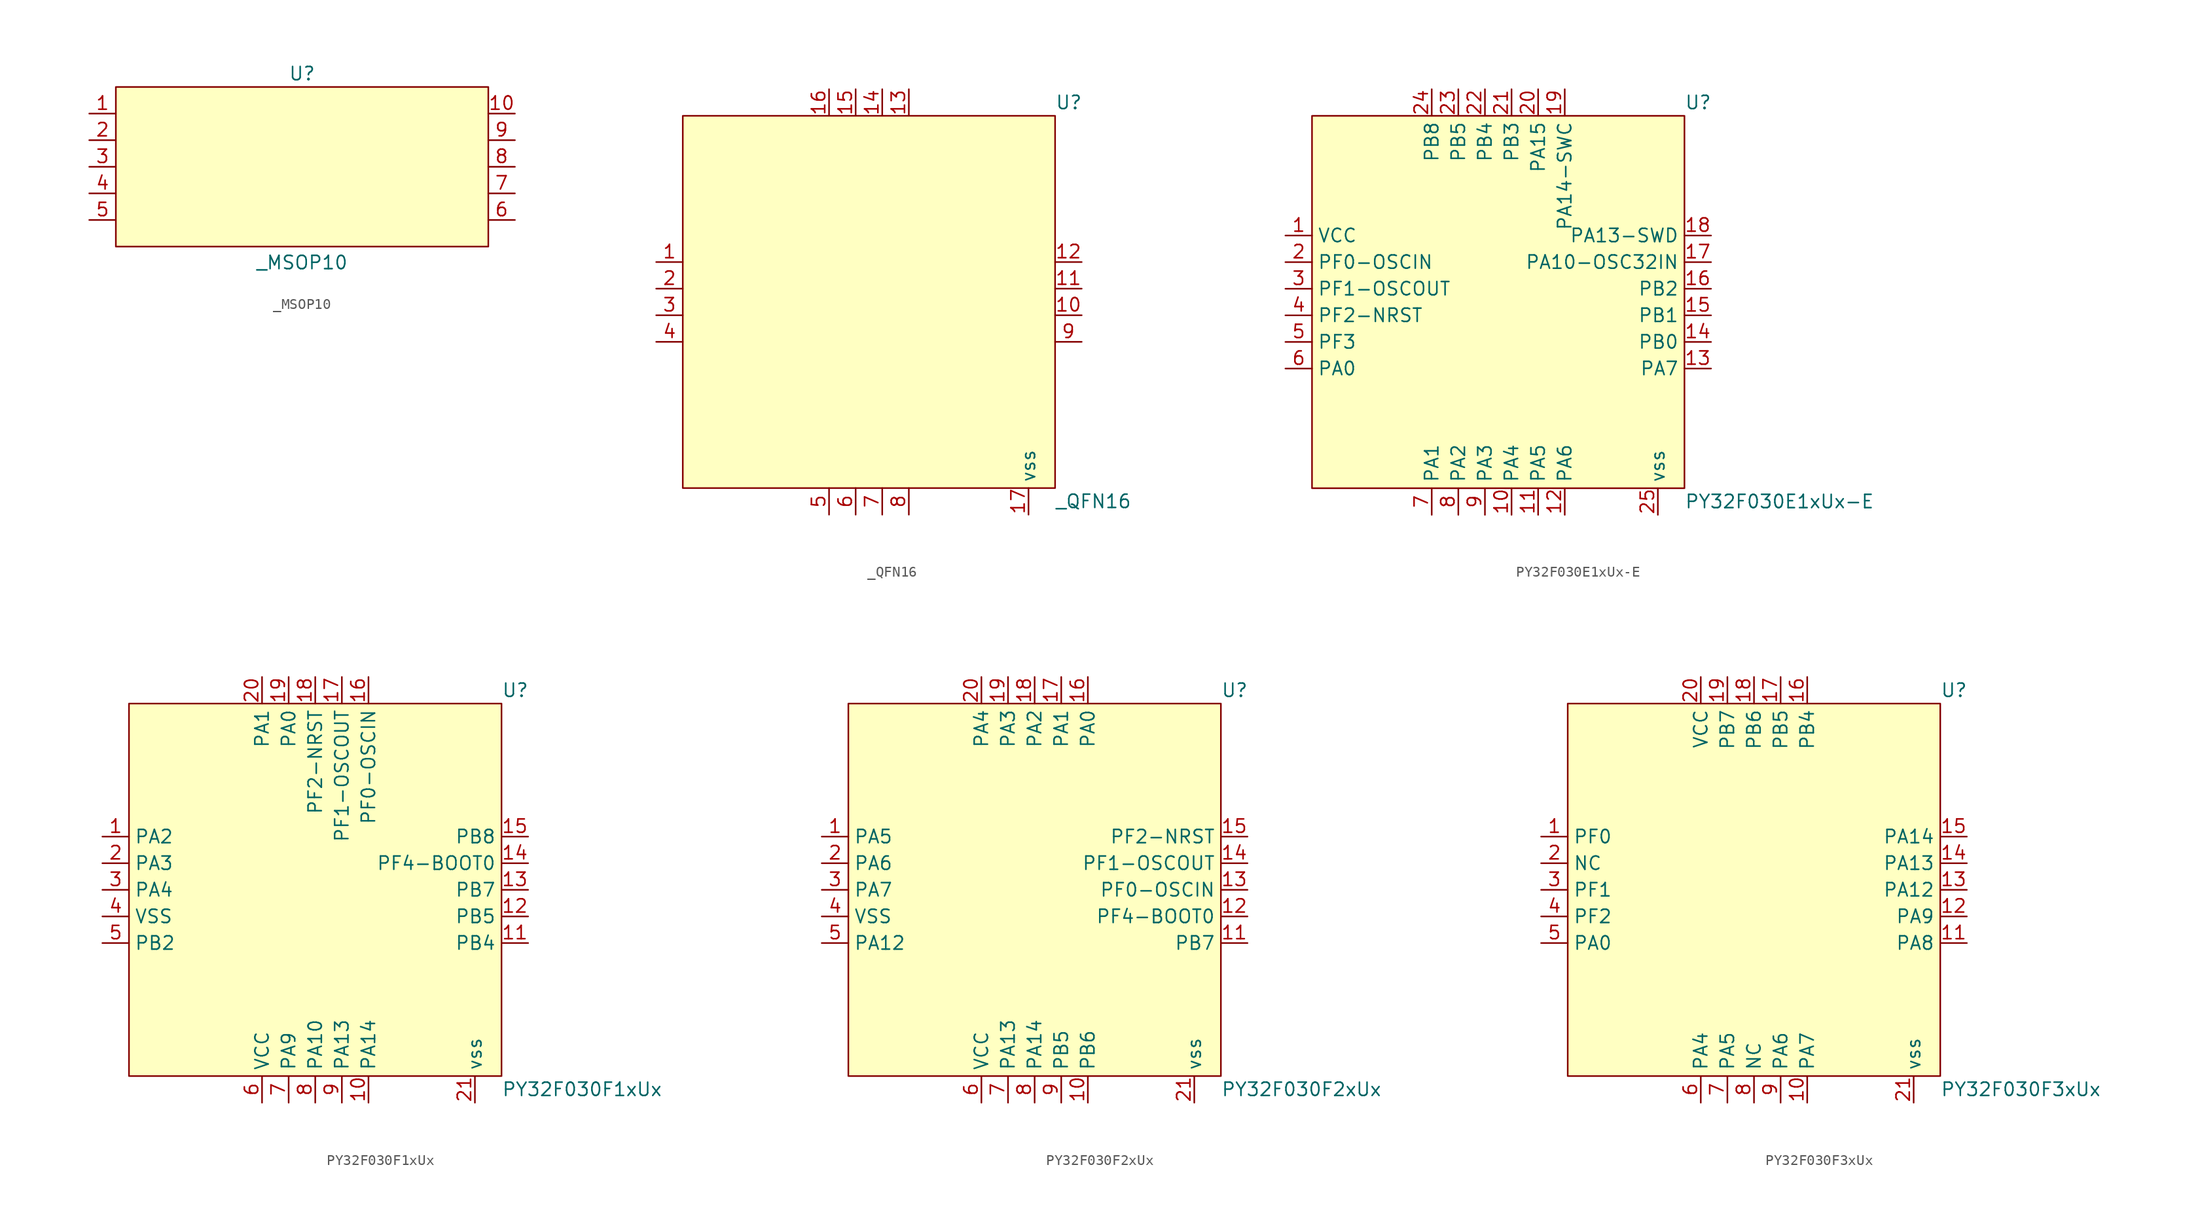
<source format=kicad_sym>
(kicad_symbol_lib
  (version 20241209)
  (generator "kicad_symbol_editor")
  (generator_version "9.0")
  (symbol "_MSOP10"
    (property "Reference" "U"
      (at 0 8.89 0)
      (effects (font (size 1.27 1.27))))
    (property "Value" "_MSOP10"
      (at 0 -9.144 0)
      (effects (font (size 1.27 1.27))))
    (symbol "_MSOP10_0_0"
      (pin unspecified line (at -20.32 5.08 0) (length 2.54) (name "" (effects (font (size 1.27 1.27)))) (number "1" (effects (font (size 1.27 1.27)))))
      (pin unspecified line (at -20.32 2.54 0) (length 2.54) (name "" (effects (font (size 1.27 1.27)))) (number "2" (effects (font (size 1.27 1.27)))))
      (pin unspecified line (at -20.32 0 0) (length 2.54) (name "" (effects (font (size 1.27 1.27)))) (number "3" (effects (font (size 1.27 1.27)))))
      (pin unspecified line (at -20.32 -2.54 0) (length 2.54) (name "" (effects (font (size 1.27 1.27)))) (number "4" (effects (font (size 1.27 1.27)))))
      (pin unspecified line (at -20.32 -5.08 0) (length 2.54) (name "" (effects (font (size 1.27 1.27)))) (number "5" (effects (font (size 1.27 1.27)))))
      (pin unspecified line (at 20.32 5.08 180) (length 2.54) (name "" (effects (font (size 1.27 1.27)))) (number "10" (effects (font (size 1.27 1.27)))))
      (pin unspecified line (at 20.32 2.54 180) (length 2.54) (name "" (effects (font (size 1.27 1.27)))) (number "9" (effects (font (size 1.27 1.27)))))
      (pin unspecified line (at 20.32 0 180) (length 2.54) (name "" (effects (font (size 1.27 1.27)))) (number "8" (effects (font (size 1.27 1.27)))))
      (pin unspecified line (at 20.32 -2.54 180) (length 2.54) (name "" (effects (font (size 1.27 1.27)))) (number "7" (effects (font (size 1.27 1.27)))))
      (pin unspecified line (at 20.32 -5.08 180) (length 2.54) (name "" (effects (font (size 1.27 1.27)))) (number "6" (effects (font (size 1.27 1.27))))))
    (symbol "_MSOP10_1_1"
      (rectangle (start -17.78 7.62) (end 17.78 -7.62) (stroke (width 0) (type solid)) (fill (type background)))))
  (symbol "_QFN16"
    (property "Reference" "U"
      (at 17.78 19.05 0)
      (effects (font (size 1.27 1.27)) (justify left)))
    (property "Value" "_QFN16"
      (at 17.78 -19.05 0)
      (effects (font (size 1.27 1.27)) (justify left)))
    (symbol "_QFN16_0_0"
      (pin unspecified line (at -20.32 3.81 0) (length 2.54) (name "" (effects (font (size 1.27 1.27)))) (number "1" (effects (font (size 1.27 1.27)))))
      (pin unspecified line (at -20.32 1.27 0) (length 2.54) (name "" (effects (font (size 1.27 1.27)))) (number "2" (effects (font (size 1.27 1.27)))))
      (pin unspecified line (at -20.32 -1.27 0) (length 2.54) (name "" (effects (font (size 1.27 1.27)))) (number "3" (effects (font (size 1.27 1.27)))))
      (pin unspecified line (at -20.32 -3.81 0) (length 2.54) (name "" (effects (font (size 1.27 1.27)))) (number "4" (effects (font (size 1.27 1.27)))))
      (pin unspecified line (at -3.81 20.32 270) (length 2.54) (name "" (effects (font (size 1.27 1.27)))) (number "16" (effects (font (size 1.27 1.27)))))
      (pin unspecified line (at -3.81 -20.32 90) (length 2.54) (name "" (effects (font (size 1.27 1.27)))) (number "5" (effects (font (size 1.27 1.27)))))
      (pin unspecified line (at -1.27 20.32 270) (length 2.54) (name "" (effects (font (size 1.27 1.27)))) (number "15" (effects (font (size 1.27 1.27)))))
      (pin unspecified line (at -1.27 -20.32 90) (length 2.54) (name "" (effects (font (size 1.27 1.27)))) (number "6" (effects (font (size 1.27 1.27)))))
      (pin unspecified line (at 1.27 20.32 270) (length 2.54) (name "" (effects (font (size 1.27 1.27)))) (number "14" (effects (font (size 1.27 1.27)))))
      (pin unspecified line (at 1.27 -20.32 90) (length 2.54) (name "" (effects (font (size 1.27 1.27)))) (number "7" (effects (font (size 1.27 1.27)))))
      (pin unspecified line (at 3.81 20.32 270) (length 2.54) (name "" (effects (font (size 1.27 1.27)))) (number "13" (effects (font (size 1.27 1.27)))))
      (pin unspecified line (at 3.81 -20.32 90) (length 2.54) (name "" (effects (font (size 1.27 1.27)))) (number "8" (effects (font (size 1.27 1.27)))))
      (pin unspecified line (at 20.32 3.81 180) (length 2.54) (name "" (effects (font (size 1.27 1.27)))) (number "12" (effects (font (size 1.27 1.27)))))
      (pin unspecified line (at 20.32 1.27 180) (length 2.54) (name "" (effects (font (size 1.27 1.27)))) (number "11" (effects (font (size 1.27 1.27)))))
      (pin unspecified line (at 20.32 -1.27 180) (length 2.54) (name "" (effects (font (size 1.27 1.27)))) (number "10" (effects (font (size 1.27 1.27)))))
      (pin unspecified line (at 20.32 -3.81 180) (length 2.54) (name "" (effects (font (size 1.27 1.27)))) (number "9" (effects (font (size 1.27 1.27))))))
    (symbol "_QFN16_1_0"
      (pin unspecified line (at 15.24 -20.32 90) (length 2.54) (name "vss" (effects (font (size 1.27 1.27)))) (number "17" (effects (font (size 1.27 1.27))))))
    (symbol "_QFN16_1_1"
      (rectangle (start -17.78 17.78) (end 17.78 -17.78) (stroke (width 0) (type solid)) (fill (type background)))))
  (symbol "PY32F030E1xUx-E"
    (property "Reference" "U"
      (at 17.78 19.05 0)
      (effects (font (size 1.27 1.27)) (justify left)))
    (property "Value" "PY32F030E1xUx-E"
      (at 17.78 -19.05 0)
      (effects (font (size 1.27 1.27)) (justify left)))
    (symbol "PY32F030E1xUx-E_0_0"
      (pin unspecified line (at -20.32 6.35 0) (length 2.54) (name "VCC" (effects (font (size 1.27 1.27)))) (number "1" (effects (font (size 1.27 1.27)))))
      (pin unspecified line (at -20.32 3.81 0) (length 2.54) (name "PF0-OSCIN" (effects (font (size 1.27 1.27)))) (number "2" (effects (font (size 1.27 1.27)))))
      (pin unspecified line (at -20.32 1.27 0) (length 2.54) (name "PF1-OSCOUT" (effects (font (size 1.27 1.27)))) (number "3" (effects (font (size 1.27 1.27)))))
      (pin unspecified line (at -20.32 -1.27 0) (length 2.54) (name "PF2-NRST" (effects (font (size 1.27 1.27)))) (number "4" (effects (font (size 1.27 1.27)))))
      (pin unspecified line (at -20.32 -3.81 0) (length 2.54) (name "PF3" (effects (font (size 1.27 1.27)))) (number "5" (effects (font (size 1.27 1.27)))))
      (pin unspecified line (at -20.32 -6.35 0) (length 2.54) (name "PA0" (effects (font (size 1.27 1.27)))) (number "6" (effects (font (size 1.27 1.27)))))
      (pin unspecified line (at -6.35 -20.32 90) (length 2.54) (name "PA1" (effects (font (size 1.27 1.27)))) (number "7" (effects (font (size 1.27 1.27)))))
      (pin unspecified line (at -3.81 20.32 270) (length 2.54) (name "PB5" (effects (font (size 1.27 1.27)))) (number "23" (effects (font (size 1.27 1.27)))))
      (pin unspecified line (at -3.81 -20.32 90) (length 2.54) (name "PA2" (effects (font (size 1.27 1.27)))) (number "8" (effects (font (size 1.27 1.27)))))
      (pin unspecified line (at -1.27 20.32 270) (length 2.54) (name "PB4" (effects (font (size 1.27 1.27)))) (number "22" (effects (font (size 1.27 1.27)))))
      (pin unspecified line (at -1.27 -20.32 90) (length 2.54) (name "PA3" (effects (font (size 1.27 1.27)))) (number "9" (effects (font (size 1.27 1.27)))))
      (pin unspecified line (at 1.27 20.32 270) (length 2.54) (name "PB3" (effects (font (size 1.27 1.27)))) (number "21" (effects (font (size 1.27 1.27)))))
      (pin unspecified line (at 1.27 -20.32 90) (length 2.54) (name "PA4" (effects (font (size 1.27 1.27)))) (number "10" (effects (font (size 1.27 1.27)))))
      (pin unspecified line (at 3.81 20.32 270) (length 2.54) (name "PA15" (effects (font (size 1.27 1.27)))) (number "20" (effects (font (size 1.27 1.27)))))
      (pin unspecified line (at 3.81 -20.32 90) (length 2.54) (name "PA5" (effects (font (size 1.27 1.27)))) (number "11" (effects (font (size 1.27 1.27)))))
      (pin unspecified line (at 6.35 20.32 270) (length 2.54) (name "PA14-SWC" (effects (font (size 1.27 1.27)))) (number "19" (effects (font (size 1.27 1.27)))))
      (pin unspecified line (at 6.35 -20.32 90) (length 2.54) (name "PA6" (effects (font (size 1.27 1.27)))) (number "12" (effects (font (size 1.27 1.27)))))
      (pin unspecified line (at 20.32 6.35 180) (length 2.54) (name "PA13-SWD" (effects (font (size 1.27 1.27)))) (number "18" (effects (font (size 1.27 1.27)))))
      (pin unspecified line (at 20.32 3.81 180) (length 2.54) (name "PA10-OSC32IN" (effects (font (size 1.27 1.27)))) (number "17" (effects (font (size 1.27 1.27)))))
      (pin unspecified line (at 20.32 1.27 180) (length 2.54) (name "PB2" (effects (font (size 1.27 1.27)))) (number "16" (effects (font (size 1.27 1.27)))))
      (pin unspecified line (at 20.32 -1.27 180) (length 2.54) (name "PB1" (effects (font (size 1.27 1.27)))) (number "15" (effects (font (size 1.27 1.27)))))
      (pin unspecified line (at 20.32 -3.81 180) (length 2.54) (name "PB0" (effects (font (size 1.27 1.27)))) (number "14" (effects (font (size 1.27 1.27)))))
      (pin unspecified line (at 20.32 -6.35 180) (length 2.54) (name "PA7" (effects (font (size 1.27 1.27)))) (number "13" (effects (font (size 1.27 1.27))))))
    (symbol "PY32F030E1xUx-E_1_0"
      (pin unspecified line (at -6.35 20.32 270) (length 2.54) (name "PB8" (effects (font (size 1.27 1.27)))) (number "24" (effects (font (size 1.27 1.27)))))
      (pin unspecified line (at 15.24 -20.32 90) (length 2.54) (name "vss" (effects (font (size 1.27 1.27)))) (number "25" (effects (font (size 1.27 1.27))))))
    (symbol "PY32F030E1xUx-E_1_1"
      (rectangle (start -17.78 17.78) (end 17.78 -17.78) (stroke (width 0) (type solid)) (fill (type background)))))
  (symbol "PY32F030F1xUx"
    (property "Reference" "U"
      (at 17.78 19.05 0)
      (effects (font (size 1.27 1.27)) (justify left)))
    (property "Value" "PY32F030F1xUx"
      (at 17.78 -19.05 0)
      (effects (font (size 1.27 1.27)) (justify left)))
    (symbol "PY32F030F1xUx_0_0"
      (pin unspecified line (at -20.32 5.08 0) (length 2.54) (name "PA2" (effects (font (size 1.27 1.27)))) (number "1" (effects (font (size 1.27 1.27)))))
      (pin unspecified line (at -20.32 2.54 0) (length 2.54) (name "PA3" (effects (font (size 1.27 1.27)))) (number "2" (effects (font (size 1.27 1.27)))))
      (pin unspecified line (at -20.32 0 0) (length 2.54) (name "PA4" (effects (font (size 1.27 1.27)))) (number "3" (effects (font (size 1.27 1.27)))))
      (pin unspecified line (at -20.32 -2.54 0) (length 2.54) (name "VSS" (effects (font (size 1.27 1.27)))) (number "4" (effects (font (size 1.27 1.27)))))
      (pin unspecified line (at -20.32 -5.08 0) (length 2.54) (name "PB2" (effects (font (size 1.27 1.27)))) (number "5" (effects (font (size 1.27 1.27)))))
      (pin unspecified line (at -5.08 20.32 270) (length 2.54) (name "PA1" (effects (font (size 1.27 1.27)))) (number "20" (effects (font (size 1.27 1.27)))))
      (pin unspecified line (at -5.08 -20.32 90) (length 2.54) (name "VCC" (effects (font (size 1.27 1.27)))) (number "6" (effects (font (size 1.27 1.27)))))
      (pin unspecified line (at -2.54 20.32 270) (length 2.54) (name "PA0" (effects (font (size 1.27 1.27)))) (number "19" (effects (font (size 1.27 1.27)))))
      (pin unspecified line (at -2.54 -20.32 90) (length 2.54) (name "PA9" (effects (font (size 1.27 1.27)))) (number "7" (effects (font (size 1.27 1.27)))))
      (pin unspecified line (at 0 20.32 270) (length 2.54) (name "PF2-NRST" (effects (font (size 1.27 1.27)))) (number "18" (effects (font (size 1.27 1.27)))))
      (pin unspecified line (at 0 -20.32 90) (length 2.54) (name "PA10" (effects (font (size 1.27 1.27)))) (number "8" (effects (font (size 1.27 1.27)))))
      (pin unspecified line (at 2.54 20.32 270) (length 2.54) (name "PF1-OSCOUT" (effects (font (size 1.27 1.27)))) (number "17" (effects (font (size 1.27 1.27)))))
      (pin unspecified line (at 2.54 -20.32 90) (length 2.54) (name "PA13" (effects (font (size 1.27 1.27)))) (number "9" (effects (font (size 1.27 1.27)))))
      (pin unspecified line (at 5.08 20.32 270) (length 2.54) (name "PF0-OSCIN" (effects (font (size 1.27 1.27)))) (number "16" (effects (font (size 1.27 1.27)))))
      (pin unspecified line (at 5.08 -20.32 90) (length 2.54) (name "PA14" (effects (font (size 1.27 1.27)))) (number "10" (effects (font (size 1.27 1.27)))))
      (pin unspecified line (at 20.32 5.08 180) (length 2.54) (name "PB8" (effects (font (size 1.27 1.27)))) (number "15" (effects (font (size 1.27 1.27)))))
      (pin unspecified line (at 20.32 2.54 180) (length 2.54) (name "PF4-BOOT0" (effects (font (size 1.27 1.27)))) (number "14" (effects (font (size 1.27 1.27)))))
      (pin unspecified line (at 20.32 0 180) (length 2.54) (name "PB7" (effects (font (size 1.27 1.27)))) (number "13" (effects (font (size 1.27 1.27)))))
      (pin unspecified line (at 20.32 -2.54 180) (length 2.54) (name "PB5" (effects (font (size 1.27 1.27)))) (number "12" (effects (font (size 1.27 1.27)))))
      (pin unspecified line (at 20.32 -5.08 180) (length 2.54) (name "PB4" (effects (font (size 1.27 1.27)))) (number "11" (effects (font (size 1.27 1.27))))))
    (symbol "PY32F030F1xUx_1_0"
      (pin unspecified line (at 15.24 -20.32 90) (length 2.54) (name "vss" (effects (font (size 1.27 1.27)))) (number "21" (effects (font (size 1.27 1.27))))))
    (symbol "PY32F030F1xUx_1_1"
      (rectangle (start -17.78 17.78) (end 17.78 -17.78) (stroke (width 0) (type solid)) (fill (type background)))))
  (symbol "PY32F030F2xUx"
    (property "Reference" "U"
      (at 17.78 19.05 0)
      (effects (font (size 1.27 1.27)) (justify left)))
    (property "Value" "PY32F030F2xUx"
      (at 17.78 -19.05 0)
      (effects (font (size 1.27 1.27)) (justify left)))
    (symbol "PY32F030F2xUx_0_0"
      (pin unspecified line (at -20.32 5.08 0) (length 2.54) (name "PA5" (effects (font (size 1.27 1.27)))) (number "1" (effects (font (size 1.27 1.27)))))
      (pin unspecified line (at -20.32 2.54 0) (length 2.54) (name "PA6" (effects (font (size 1.27 1.27)))) (number "2" (effects (font (size 1.27 1.27)))))
      (pin unspecified line (at -20.32 0 0) (length 2.54) (name "PA7" (effects (font (size 1.27 1.27)))) (number "3" (effects (font (size 1.27 1.27)))))
      (pin unspecified line (at -20.32 -2.54 0) (length 2.54) (name "VSS" (effects (font (size 1.27 1.27)))) (number "4" (effects (font (size 1.27 1.27)))))
      (pin unspecified line (at -20.32 -5.08 0) (length 2.54) (name "PA12" (effects (font (size 1.27 1.27)))) (number "5" (effects (font (size 1.27 1.27)))))
      (pin unspecified line (at -5.08 20.32 270) (length 2.54) (name "PA4" (effects (font (size 1.27 1.27)))) (number "20" (effects (font (size 1.27 1.27)))))
      (pin unspecified line (at -5.08 -20.32 90) (length 2.54) (name "VCC" (effects (font (size 1.27 1.27)))) (number "6" (effects (font (size 1.27 1.27)))))
      (pin unspecified line (at -2.54 20.32 270) (length 2.54) (name "PA3" (effects (font (size 1.27 1.27)))) (number "19" (effects (font (size 1.27 1.27)))))
      (pin unspecified line (at -2.54 -20.32 90) (length 2.54) (name "PA13" (effects (font (size 1.27 1.27)))) (number "7" (effects (font (size 1.27 1.27)))))
      (pin unspecified line (at 0 20.32 270) (length 2.54) (name "PA2" (effects (font (size 1.27 1.27)))) (number "18" (effects (font (size 1.27 1.27)))))
      (pin unspecified line (at 2.54 20.32 270) (length 2.54) (name "PA1" (effects (font (size 1.27 1.27)))) (number "17" (effects (font (size 1.27 1.27)))))
      (pin unspecified line (at 2.54 -20.32 90) (length 2.54) (name "PB5" (effects (font (size 1.27 1.27)))) (number "9" (effects (font (size 1.27 1.27)))))
      (pin unspecified line (at 5.08 20.32 270) (length 2.54) (name "PA0" (effects (font (size 1.27 1.27)))) (number "16" (effects (font (size 1.27 1.27)))))
      (pin unspecified line (at 5.08 -20.32 90) (length 2.54) (name "PB6" (effects (font (size 1.27 1.27)))) (number "10" (effects (font (size 1.27 1.27)))))
      (pin unspecified line (at 20.32 5.08 180) (length 2.54) (name "PF2-NRST" (effects (font (size 1.27 1.27)))) (number "15" (effects (font (size 1.27 1.27)))))
      (pin unspecified line (at 20.32 2.54 180) (length 2.54) (name "PF1-OSCOUT" (effects (font (size 1.27 1.27)))) (number "14" (effects (font (size 1.27 1.27)))))
      (pin unspecified line (at 20.32 0 180) (length 2.54) (name "PF0-OSCIN" (effects (font (size 1.27 1.27)))) (number "13" (effects (font (size 1.27 1.27)))))
      (pin unspecified line (at 20.32 -2.54 180) (length 2.54) (name "PF4-BOOT0" (effects (font (size 1.27 1.27)))) (number "12" (effects (font (size 1.27 1.27)))))
      (pin unspecified line (at 20.32 -5.08 180) (length 2.54) (name "PB7" (effects (font (size 1.27 1.27)))) (number "11" (effects (font (size 1.27 1.27))))))
    (symbol "PY32F030F2xUx_1_0"
      (pin unspecified line (at 0 -20.32 90) (length 2.54) (name "PA14" (effects (font (size 1.27 1.27)))) (number "8" (effects (font (size 1.27 1.27)))))
      (pin unspecified line (at 15.24 -20.32 90) (length 2.54) (name "vss" (effects (font (size 1.27 1.27)))) (number "21" (effects (font (size 1.27 1.27))))))
    (symbol "PY32F030F2xUx_1_1"
      (rectangle (start -17.78 17.78) (end 17.78 -17.78) (stroke (width 0) (type solid)) (fill (type background)))))
  (symbol "PY32F030F3xUx"
    (property "Reference" "U"
      (at 17.78 19.05 0)
      (effects (font (size 1.27 1.27)) (justify left)))
    (property "Value" "PY32F030F3xUx"
      (at 17.78 -19.05 0)
      (effects (font (size 1.27 1.27)) (justify left)))
    (symbol "PY32F030F3xUx_0_0"
      (pin unspecified line (at -20.32 5.08 0) (length 2.54) (name "PF0" (effects (font (size 1.27 1.27)))) (number "1" (effects (font (size 1.27 1.27)))))
      (pin unspecified line (at -20.32 2.54 0) (length 2.54) (name "NC" (effects (font (size 1.27 1.27)))) (number "2" (effects (font (size 1.27 1.27)))))
      (pin unspecified line (at -20.32 0 0) (length 2.54) (name "PF1" (effects (font (size 1.27 1.27)))) (number "3" (effects (font (size 1.27 1.27)))))
      (pin unspecified line (at -20.32 -2.54 0) (length 2.54) (name "PF2" (effects (font (size 1.27 1.27)))) (number "4" (effects (font (size 1.27 1.27)))))
      (pin unspecified line (at -20.32 -5.08 0) (length 2.54) (name "PA0" (effects (font (size 1.27 1.27)))) (number "5" (effects (font (size 1.27 1.27)))))
      (pin unspecified line (at -5.08 20.32 270) (length 2.54) (name "VCC" (effects (font (size 1.27 1.27)))) (number "20" (effects (font (size 1.27 1.27)))))
      (pin unspecified line (at -5.08 -20.32 90) (length 2.54) (name "PA4" (effects (font (size 1.27 1.27)))) (number "6" (effects (font (size 1.27 1.27)))))
      (pin unspecified line (at -2.54 20.32 270) (length 2.54) (name "PB7" (effects (font (size 1.27 1.27)))) (number "19" (effects (font (size 1.27 1.27)))))
      (pin unspecified line (at -2.54 -20.32 90) (length 2.54) (name "PA5" (effects (font (size 1.27 1.27)))) (number "7" (effects (font (size 1.27 1.27)))))
      (pin unspecified line (at 0 20.32 270) (length 2.54) (name "PB6" (effects (font (size 1.27 1.27)))) (number "18" (effects (font (size 1.27 1.27)))))
      (pin unspecified line (at 0 -20.32 90) (length 2.54) (name "NC" (effects (font (size 1.27 1.27)))) (number "8" (effects (font (size 1.27 1.27)))))
      (pin unspecified line (at 2.54 20.32 270) (length 2.54) (name "PB5" (effects (font (size 1.27 1.27)))) (number "17" (effects (font (size 1.27 1.27)))))
      (pin unspecified line (at 2.54 -20.32 90) (length 2.54) (name "PA6" (effects (font (size 1.27 1.27)))) (number "9" (effects (font (size 1.27 1.27)))))
      (pin unspecified line (at 5.08 20.32 270) (length 2.54) (name "PB4" (effects (font (size 1.27 1.27)))) (number "16" (effects (font (size 1.27 1.27)))))
      (pin unspecified line (at 5.08 -20.32 90) (length 2.54) (name "PA7" (effects (font (size 1.27 1.27)))) (number "10" (effects (font (size 1.27 1.27)))))
      (pin unspecified line (at 20.32 5.08 180) (length 2.54) (name "PA14" (effects (font (size 1.27 1.27)))) (number "15" (effects (font (size 1.27 1.27)))))
      (pin unspecified line (at 20.32 2.54 180) (length 2.54) (name "PA13" (effects (font (size 1.27 1.27)))) (number "14" (effects (font (size 1.27 1.27)))))
      (pin unspecified line (at 20.32 0 180) (length 2.54) (name "PA12" (effects (font (size 1.27 1.27)))) (number "13" (effects (font (size 1.27 1.27)))))
      (pin unspecified line (at 20.32 -2.54 180) (length 2.54) (name "PA9" (effects (font (size 1.27 1.27)))) (number "12" (effects (font (size 1.27 1.27)))))
      (pin unspecified line (at 20.32 -5.08 180) (length 2.54) (name "PA8" (effects (font (size 1.27 1.27)))) (number "11" (effects (font (size 1.27 1.27))))))
    (symbol "PY32F030F3xUx_1_0"
      (pin unspecified line (at 15.24 -20.32 90) (length 2.54) (name "vss" (effects (font (size 1.27 1.27)))) (number "21" (effects (font (size 1.27 1.27))))))
    (symbol "PY32F030F3xUx_1_1"
      (rectangle (start -17.78 17.78) (end 17.78 -17.78) (stroke (width 0) (type solid)) (fill (type background))))))
</source>
